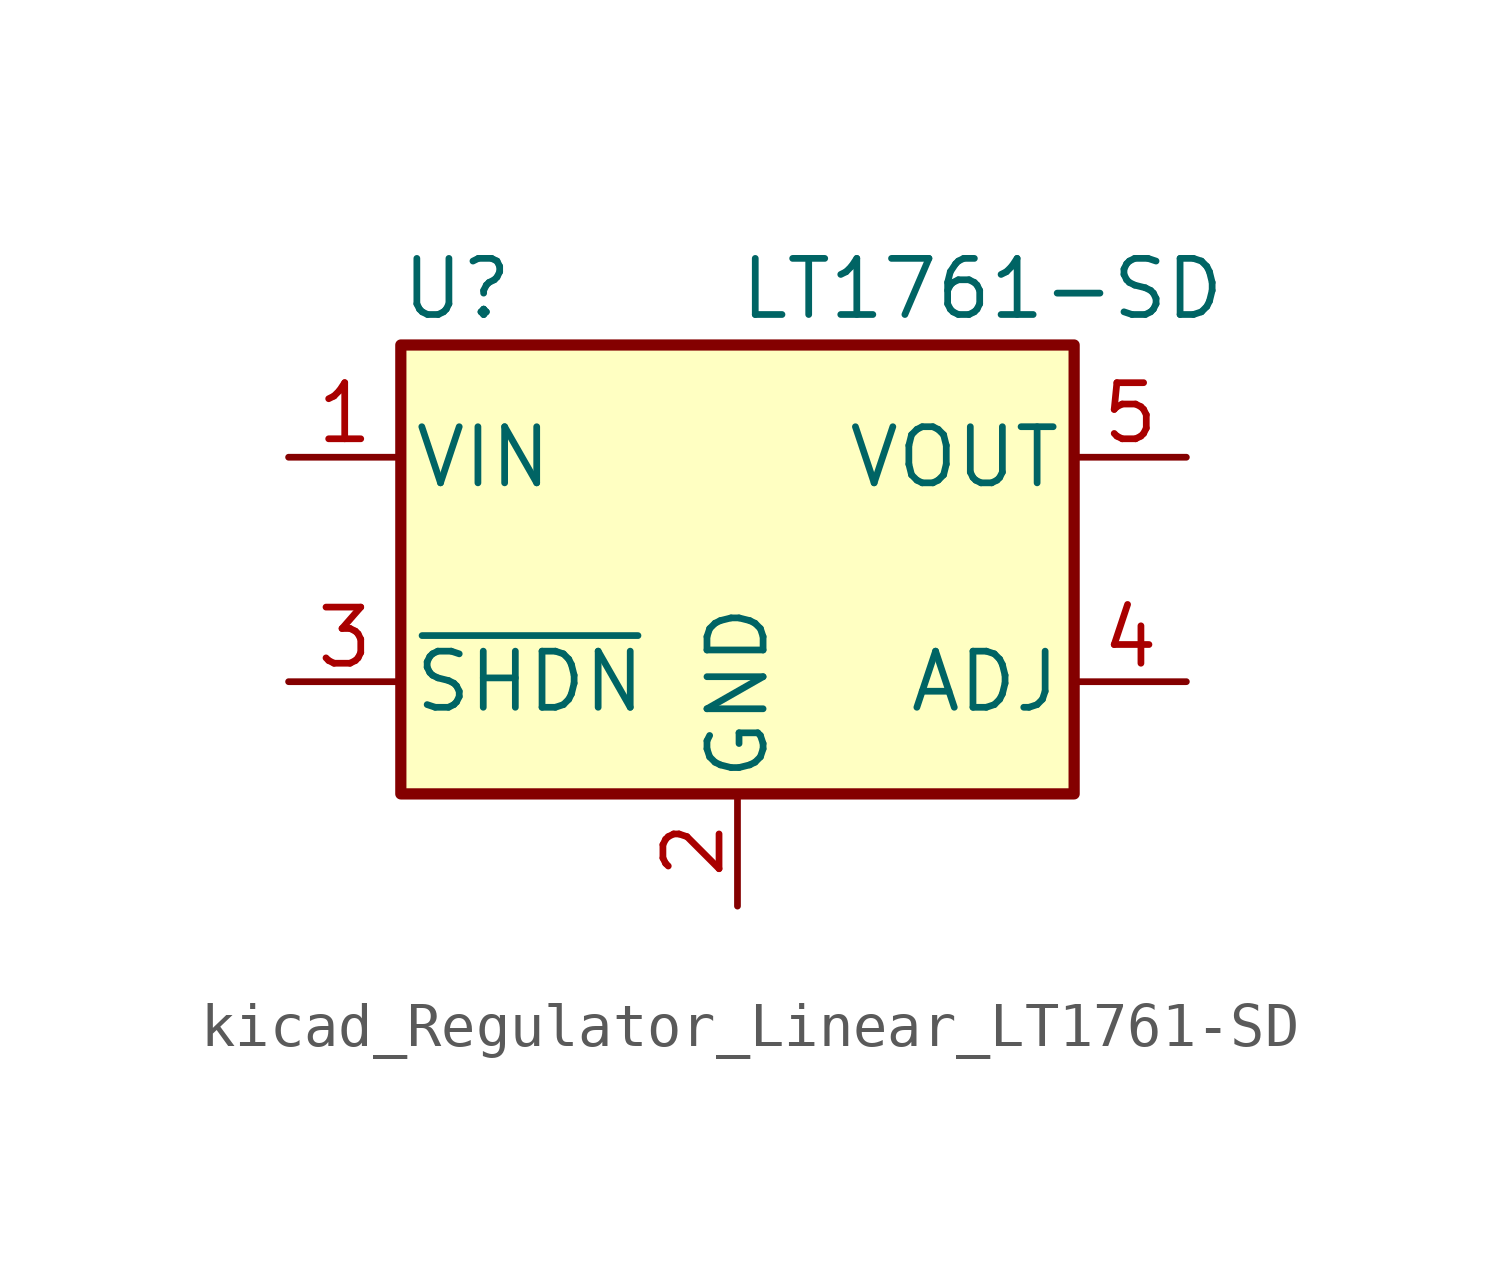
<source format=kicad_sym>
(kicad_symbol_lib
  (version 20220914)
  (generator kicad_symbol_editor)
  (symbol "kicad_Regulator_Linear_LT1761-SD"
    (pin_names
      (offset 0.254))
    (property "Reference" "U"
      (at -6.35 6.35 0)
      (effects (font (size 1.27 1.27))))
    (property "Value" "LT1761-SD"
      (at 0 6.35 0)
      (effects (font (size 1.27 1.27)) (justify left)))
    (symbol "kicad_Regulator_Linear_LT1761-SD_0_1"
      (rectangle (start -7.62 5.08) (end 7.62 -5.08) (stroke (width 0.254) (type default)) (fill (type background))))
    (symbol "kicad_Regulator_Linear_LT1761-SD_1_1"
      (pin power_in line (at -10.16 2.54 0) (length 2.54) (name "VIN" (effects (font (size 1.27 1.27)))) (number "1" (effects (font (size 1.27 1.27)))))
      (pin power_in line (at 0 -7.62 90) (length 2.54) (name "GND" (effects (font (size 1.27 1.27)))) (number "2" (effects (font (size 1.27 1.27)))))
      (pin input line (at -10.16 -2.54 0) (length 2.54) (name "~{SHDN}" (effects (font (size 1.27 1.27)))) (number "3" (effects (font (size 1.27 1.27)))))
      (pin input line (at 10.16 -2.54 180) (length 2.54) (name "ADJ" (effects (font (size 1.27 1.27)))) (number "4" (effects (font (size 1.27 1.27)))))
      (pin power_out line (at 10.16 2.54 180) (length 2.54) (name "VOUT" (effects (font (size 1.27 1.27)))) (number "5" (effects (font (size 1.27 1.27))))))))
</source>
